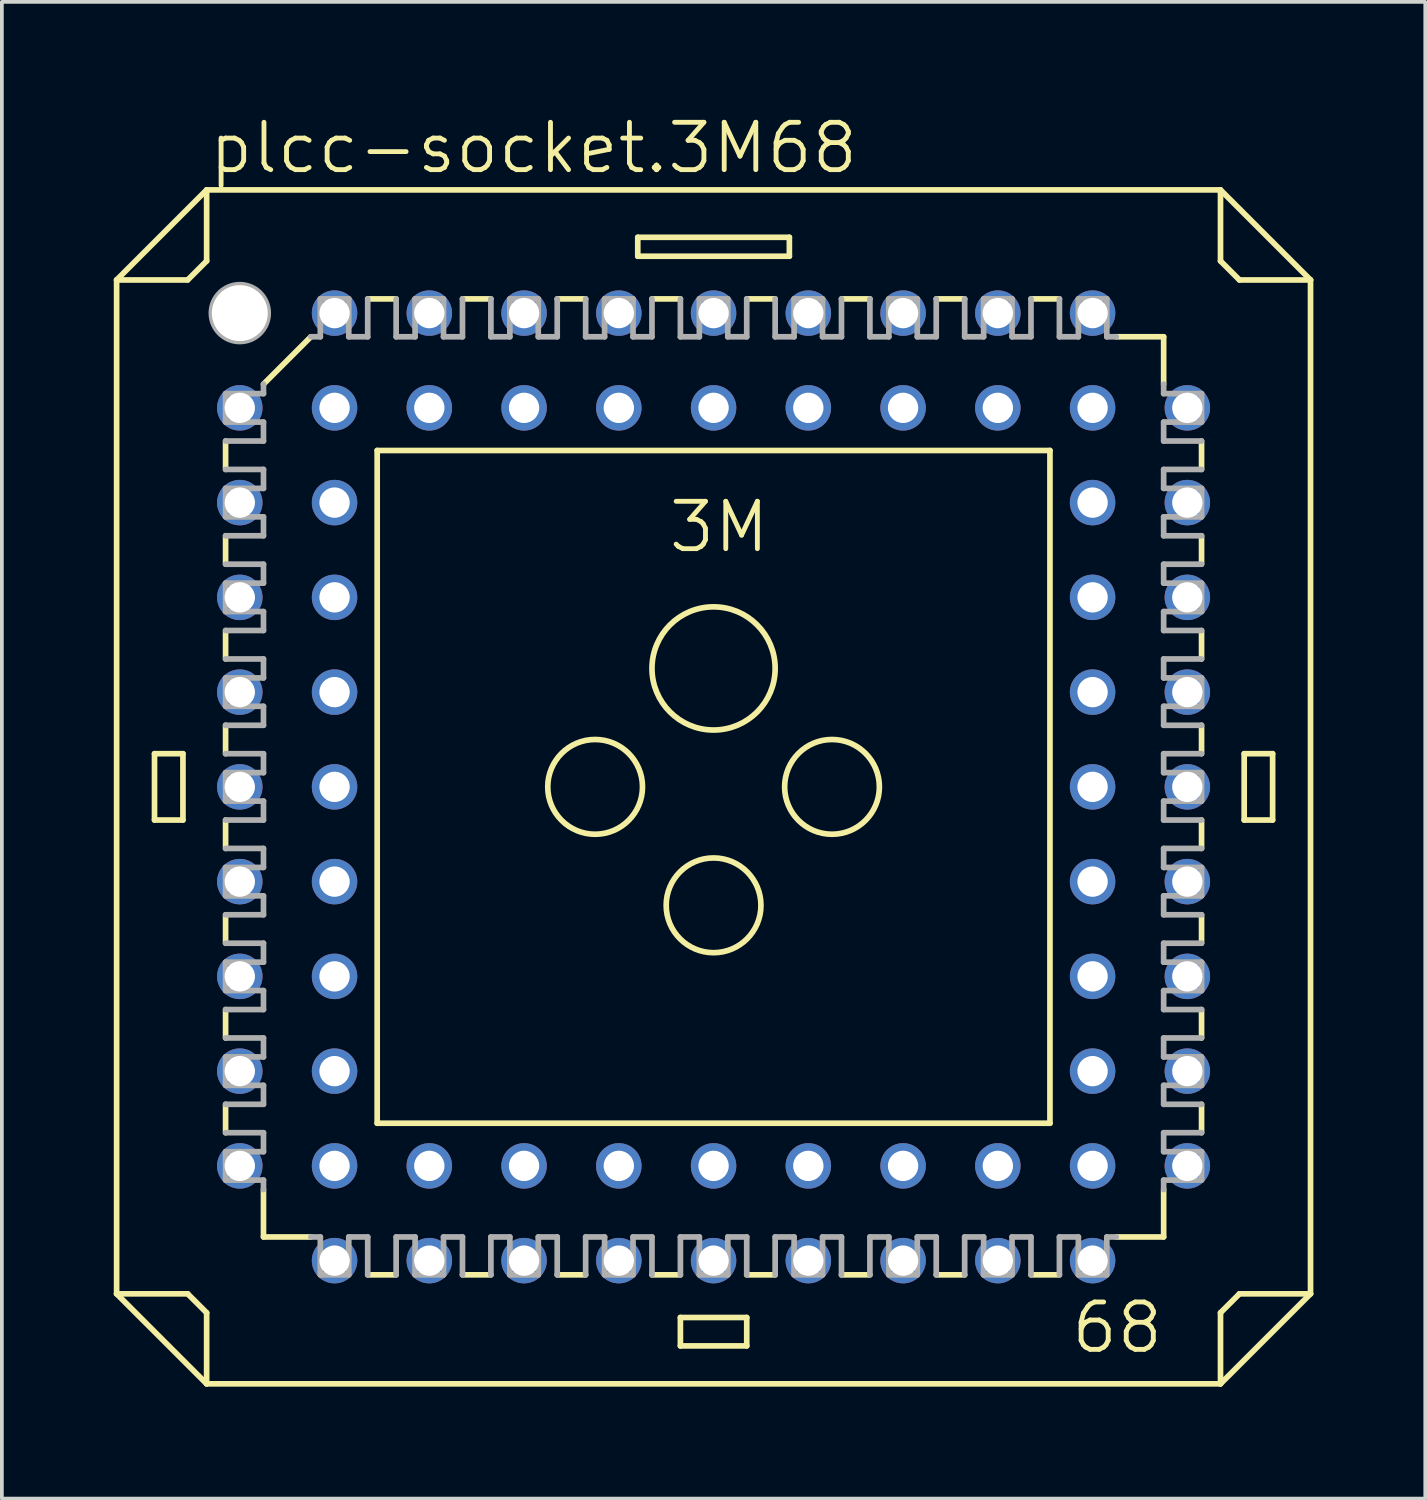
<source format=kicad_pcb>
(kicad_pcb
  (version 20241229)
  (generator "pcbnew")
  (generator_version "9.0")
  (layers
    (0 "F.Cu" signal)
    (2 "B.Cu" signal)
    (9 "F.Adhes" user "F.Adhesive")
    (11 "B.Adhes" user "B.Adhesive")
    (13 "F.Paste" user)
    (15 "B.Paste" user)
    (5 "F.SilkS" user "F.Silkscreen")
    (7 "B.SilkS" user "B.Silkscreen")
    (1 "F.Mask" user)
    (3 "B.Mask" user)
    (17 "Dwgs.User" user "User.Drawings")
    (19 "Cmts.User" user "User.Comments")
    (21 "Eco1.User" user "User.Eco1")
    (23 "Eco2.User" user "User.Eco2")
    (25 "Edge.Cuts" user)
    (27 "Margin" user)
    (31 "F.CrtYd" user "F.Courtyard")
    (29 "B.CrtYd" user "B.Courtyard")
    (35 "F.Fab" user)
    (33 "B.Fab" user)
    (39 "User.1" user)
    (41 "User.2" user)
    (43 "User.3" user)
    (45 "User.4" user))
  (footprint "plcc-socket.3M68"
    (layer "F.Cu")
    (at 16.078 18.043)
    (property "Reference" "plcc-socket.3M68" (at -13.589 -16.383 0) (layer "F.SilkS") (effects (font (size 1.27 1.27) (thickness 0.13)) (justify left bottom)))
    (attr through_hole)
    (fp_line (start -16.002 -13.589) (end -16.002 13.589) (stroke (width 0.152) (type default)) (layer "F.SilkS"))
    (fp_line (start -16.002 -13.589) (end -13.589 -16.002) (stroke (width 0.152) (type default)) (layer "F.SilkS"))
    (fp_line (start -16.002 13.589) (end -14.097 13.589) (stroke (width 0.152) (type default)) (layer "F.SilkS"))
    (fp_line (start -14.986 -0.889) (end -14.224 -0.889) (stroke (width 0.152) (type default)) (layer "F.SilkS"))
    (fp_line (start -14.986 0.889) (end -14.986 -0.889) (stroke (width 0.152) (type default)) (layer "F.SilkS"))
    (fp_line (start -14.986 0.889) (end -14.224 0.889) (stroke (width 0.152) (type default)) (layer "F.SilkS"))
    (fp_line (start -14.224 0.889) (end -14.224 -0.889) (stroke (width 0.152) (type default)) (layer "F.SilkS"))
    (fp_line (start -14.097 -13.589) (end -16.002 -13.589) (stroke (width 0.152) (type default)) (layer "F.SilkS"))
    (fp_line (start -14.097 -13.589) (end -13.589 -14.097) (stroke (width 0.152) (type default)) (layer "F.SilkS"))
    (fp_line (start -13.589 -16.002) (end -13.589 -14.097) (stroke (width 0.152) (type default)) (layer "F.SilkS"))
    (fp_line (start -13.589 14.097) (end -14.097 13.589) (stroke (width 0.152) (type default)) (layer "F.SilkS"))
    (fp_line (start -13.589 14.097) (end -13.589 16.002) (stroke (width 0.152) (type default)) (layer "F.SilkS"))
    (fp_line (start -13.589 16.002) (end -16.002 13.589) (stroke (width 0.152) (type default)) (layer "F.SilkS"))
    (fp_line (start -13.081 -9.271) (end -13.081 -8.509) (stroke (width 0.152) (type default)) (layer "F.SilkS"))
    (fp_line (start -13.081 -6.731) (end -13.081 -5.969) (stroke (width 0.152) (type default)) (layer "F.SilkS"))
    (fp_line (start -13.081 -4.191) (end -13.081 -3.429) (stroke (width 0.152) (type default)) (layer "F.SilkS"))
    (fp_line (start -13.081 -0.889) (end -13.081 -1.651) (stroke (width 0.152) (type default)) (layer "F.SilkS"))
    (fp_line (start -13.081 1.651) (end -13.081 0.889) (stroke (width 0.152) (type default)) (layer "F.SilkS"))
    (fp_line (start -13.081 4.191) (end -13.081 3.429) (stroke (width 0.152) (type default)) (layer "F.SilkS"))
    (fp_line (start -13.081 5.969) (end -13.081 6.731) (stroke (width 0.152) (type default)) (layer "F.SilkS"))
    (fp_line (start -13.081 8.509) (end -13.081 9.271) (stroke (width 0.152) (type default)) (layer "F.SilkS"))
    (fp_line (start -12.065 -10.795) (end -10.795 -12.065) (stroke (width 0.152) (type default)) (layer "F.SilkS"))
    (fp_line (start -12.065 12.065) (end -12.065 10.795) (stroke (width 0.152) (type default)) (layer "F.SilkS"))
    (fp_line (start -12.065 12.065) (end -10.795 12.065) (stroke (width 0.152) (type default)) (layer "F.SilkS"))
    (fp_line (start -9.271 13.081) (end -8.509 13.081) (stroke (width 0.152) (type default)) (layer "F.SilkS"))
    (fp_line (start -9.017 -9.017) (end -9.017 9.017) (stroke (width 0.152) (type default)) (layer "F.SilkS"))
    (fp_line (start -9.017 -9.017) (end 9.017 -9.017) (stroke (width 0.152) (type default)) (layer "F.SilkS"))
    (fp_line (start -8.509 -13.081) (end -9.271 -13.081) (stroke (width 0.152) (type default)) (layer "F.SilkS"))
    (fp_line (start -6.731 13.081) (end -5.969 13.081) (stroke (width 0.152) (type default)) (layer "F.SilkS"))
    (fp_line (start -5.969 -13.081) (end -6.731 -13.081) (stroke (width 0.152) (type default)) (layer "F.SilkS"))
    (fp_line (start -4.191 13.081) (end -3.429 13.081) (stroke (width 0.152) (type default)) (layer "F.SilkS"))
    (fp_line (start -3.429 -13.081) (end -4.191 -13.081) (stroke (width 0.152) (type default)) (layer "F.SilkS"))
    (fp_line (start -2.032 -14.732) (end -2.032 -14.224) (stroke (width 0.152) (type default)) (layer "F.SilkS"))
    (fp_line (start -1.651 13.081) (end -0.889 13.081) (stroke (width 0.152) (type default)) (layer "F.SilkS"))
    (fp_line (start -0.889 -13.081) (end -1.651 -13.081) (stroke (width 0.152) (type default)) (layer "F.SilkS"))
    (fp_line (start -0.889 14.986) (end -0.889 14.224) (stroke (width 0.152) (type default)) (layer "F.SilkS"))
    (fp_line (start -0.889 14.986) (end 0.889 14.986) (stroke (width 0.152) (type default)) (layer "F.SilkS"))
    (fp_line (start 0.889 13.081) (end 1.651 13.081) (stroke (width 0.152) (type default)) (layer "F.SilkS"))
    (fp_line (start 0.889 14.224) (end -0.889 14.224) (stroke (width 0.152) (type default)) (layer "F.SilkS"))
    (fp_line (start 0.889 14.224) (end 0.889 14.986) (stroke (width 0.152) (type default)) (layer "F.SilkS"))
    (fp_line (start 1.651 -13.081) (end 0.889 -13.081) (stroke (width 0.152) (type default)) (layer "F.SilkS"))
    (fp_line (start 2.032 -14.732) (end -2.032 -14.732) (stroke (width 0.152) (type default)) (layer "F.SilkS"))
    (fp_line (start 2.032 -14.224) (end -2.032 -14.224) (stroke (width 0.152) (type default)) (layer "F.SilkS"))
    (fp_line (start 2.032 -14.224) (end 2.032 -14.732) (stroke (width 0.152) (type default)) (layer "F.SilkS"))
    (fp_line (start 3.429 13.081) (end 4.191 13.081) (stroke (width 0.152) (type default)) (layer "F.SilkS"))
    (fp_line (start 4.191 -13.081) (end 3.429 -13.081) (stroke (width 0.152) (type default)) (layer "F.SilkS"))
    (fp_line (start 5.969 13.081) (end 6.731 13.081) (stroke (width 0.152) (type default)) (layer "F.SilkS"))
    (fp_line (start 6.731 -13.081) (end 5.969 -13.081) (stroke (width 0.152) (type default)) (layer "F.SilkS"))
    (fp_line (start 8.509 13.081) (end 9.271 13.081) (stroke (width 0.152) (type default)) (layer "F.SilkS"))
    (fp_line (start 9.017 9.017) (end -9.017 9.017) (stroke (width 0.152) (type default)) (layer "F.SilkS"))
    (fp_line (start 9.017 9.017) (end 9.017 -9.017) (stroke (width 0.152) (type default)) (layer "F.SilkS"))
    (fp_line (start 9.271 -13.081) (end 8.509 -13.081) (stroke (width 0.152) (type default)) (layer "F.SilkS"))
    (fp_line (start 10.795 12.065) (end 12.065 12.065) (stroke (width 0.152) (type default)) (layer "F.SilkS"))
    (fp_line (start 12.065 -12.065) (end 10.795 -12.065) (stroke (width 0.152) (type default)) (layer "F.SilkS"))
    (fp_line (start 12.065 -12.065) (end 12.065 -10.795) (stroke (width 0.152) (type default)) (layer "F.SilkS"))
    (fp_line (start 12.065 12.065) (end 12.065 10.795) (stroke (width 0.152) (type default)) (layer "F.SilkS"))
    (fp_line (start 13.081 -8.509) (end 13.081 -9.271) (stroke (width 0.152) (type default)) (layer "F.SilkS"))
    (fp_line (start 13.081 -5.969) (end 13.081 -6.731) (stroke (width 0.152) (type default)) (layer "F.SilkS"))
    (fp_line (start 13.081 -4.191) (end 13.081 -3.429) (stroke (width 0.152) (type default)) (layer "F.SilkS"))
    (fp_line (start 13.081 -1.651) (end 13.081 -0.889) (stroke (width 0.152) (type default)) (layer "F.SilkS"))
    (fp_line (start 13.081 0.889) (end 13.081 1.651) (stroke (width 0.152) (type default)) (layer "F.SilkS"))
    (fp_line (start 13.081 4.191) (end 13.081 3.429) (stroke (width 0.152) (type default)) (layer "F.SilkS"))
    (fp_line (start 13.081 6.731) (end 13.081 5.969) (stroke (width 0.152) (type default)) (layer "F.SilkS"))
    (fp_line (start 13.081 9.271) (end 13.081 8.509) (stroke (width 0.152) (type default)) (layer "F.SilkS"))
    (fp_line (start 13.589 -16.002) (end -13.589 -16.002) (stroke (width 0.152) (type default)) (layer "F.SilkS"))
    (fp_line (start 13.589 -16.002) (end 16.002 -13.589) (stroke (width 0.152) (type default)) (layer "F.SilkS"))
    (fp_line (start 13.589 -14.097) (end 13.589 -16.002) (stroke (width 0.152) (type default)) (layer "F.SilkS"))
    (fp_line (start 13.589 -14.097) (end 14.097 -13.589) (stroke (width 0.152) (type default)) (layer "F.SilkS"))
    (fp_line (start 13.589 16.002) (end -13.589 16.002) (stroke (width 0.152) (type default)) (layer "F.SilkS"))
    (fp_line (start 13.589 16.002) (end 13.589 14.097) (stroke (width 0.152) (type default)) (layer "F.SilkS"))
    (fp_line (start 14.097 13.589) (end 13.589 14.097) (stroke (width 0.152) (type default)) (layer "F.SilkS"))
    (fp_line (start 14.097 13.589) (end 16.002 13.589) (stroke (width 0.152) (type default)) (layer "F.SilkS"))
    (fp_line (start 14.224 -0.889) (end 14.224 0.889) (stroke (width 0.152) (type default)) (layer "F.SilkS"))
    (fp_line (start 14.224 -0.889) (end 14.986 -0.889) (stroke (width 0.152) (type default)) (layer "F.SilkS"))
    (fp_line (start 14.986 0.889) (end 14.224 0.889) (stroke (width 0.152) (type default)) (layer "F.SilkS"))
    (fp_line (start 14.986 0.889) (end 14.986 -0.889) (stroke (width 0.152) (type default)) (layer "F.SilkS"))
    (fp_line (start 16.002 -13.589) (end 14.097 -13.589) (stroke (width 0.152) (type default)) (layer "F.SilkS"))
    (fp_line (start 16.002 -13.589) (end 16.002 13.589) (stroke (width 0.152) (type default)) (layer "F.SilkS"))
    (fp_line (start 16.002 13.589) (end 13.589 16.002) (stroke (width 0.152) (type default)) (layer "F.SilkS"))
    (fp_circle (center -3.175 0) (end -1.905 0) (stroke (width 0.152) (type default)) (fill no) (layer "F.SilkS"))
    (fp_circle (center 0 -3.175) (end 1.651 -3.175) (stroke (width 0.152) (type default)) (fill no) (layer "F.SilkS"))
    (fp_circle (center 0 3.175) (end 1.27 3.175) (stroke (width 0.152) (type default)) (fill no) (layer "F.SilkS"))
    (fp_circle (center 3.175 0) (end 4.445 0) (stroke (width 0.152) (type default)) (fill no) (layer "F.SilkS"))
    (fp_line (start -13.081 -10.541) (end -13.081 -9.779) (stroke (width 0.152) (type default)) (layer "F.Fab"))
    (fp_line (start -13.081 -10.541) (end -12.065 -10.541) (stroke (width 0.152) (type default)) (layer "F.Fab"))
    (fp_line (start -13.081 -9.271) (end -12.065 -9.271) (stroke (width 0.152) (type default)) (layer "F.Fab"))
    (fp_line (start -13.081 -7.239) (end -13.081 -8.001) (stroke (width 0.152) (type default)) (layer "F.Fab"))
    (fp_line (start -13.081 -7.239) (end -12.065 -7.239) (stroke (width 0.152) (type default)) (layer "F.Fab"))
    (fp_line (start -13.081 -6.731) (end -12.065 -6.731) (stroke (width 0.152) (type default)) (layer "F.Fab"))
    (fp_line (start -13.081 -5.461) (end -13.081 -4.699) (stroke (width 0.152) (type default)) (layer "F.Fab"))
    (fp_line (start -13.081 -5.461) (end -12.065 -5.461) (stroke (width 0.152) (type default)) (layer "F.Fab"))
    (fp_line (start -13.081 -4.191) (end -12.065 -4.191) (stroke (width 0.152) (type default)) (layer "F.Fab"))
    (fp_line (start -13.081 -2.921) (end -13.081 -2.159) (stroke (width 0.152) (type default)) (layer "F.Fab"))
    (fp_line (start -13.081 -2.921) (end -12.065 -2.921) (stroke (width 0.152) (type default)) (layer "F.Fab"))
    (fp_line (start -13.081 -0.889) (end -12.065 -0.889) (stroke (width 0.152) (type default)) (layer "F.Fab"))
    (fp_line (start -13.081 0.381) (end -13.081 -0.381) (stroke (width 0.152) (type default)) (layer "F.Fab"))
    (fp_line (start -13.081 0.381) (end -12.065 0.381) (stroke (width 0.152) (type default)) (layer "F.Fab"))
    (fp_line (start -13.081 1.651) (end -12.065 1.651) (stroke (width 0.152) (type default)) (layer "F.Fab"))
    (fp_line (start -13.081 2.921) (end -13.081 2.159) (stroke (width 0.152) (type default)) (layer "F.Fab"))
    (fp_line (start -13.081 2.921) (end -12.065 2.921) (stroke (width 0.152) (type default)) (layer "F.Fab"))
    (fp_line (start -13.081 4.191) (end -12.065 4.191) (stroke (width 0.152) (type default)) (layer "F.Fab"))
    (fp_line (start -13.081 5.461) (end -13.081 4.699) (stroke (width 0.152) (type default)) (layer "F.Fab"))
    (fp_line (start -13.081 5.461) (end -12.065 5.461) (stroke (width 0.152) (type default)) (layer "F.Fab"))
    (fp_line (start -13.081 5.969) (end -12.065 5.969) (stroke (width 0.152) (type default)) (layer "F.Fab"))
    (fp_line (start -13.081 7.239) (end -13.081 8.001) (stroke (width 0.152) (type default)) (layer "F.Fab"))
    (fp_line (start -13.081 7.239) (end -12.065 7.239) (stroke (width 0.152) (type default)) (layer "F.Fab"))
    (fp_line (start -13.081 8.509) (end -12.065 8.509) (stroke (width 0.152) (type default)) (layer "F.Fab"))
    (fp_line (start -13.081 9.779) (end -12.065 9.779) (stroke (width 0.152) (type default)) (layer "F.Fab"))
    (fp_line (start -13.081 10.541) (end -13.081 9.779) (stroke (width 0.152) (type default)) (layer "F.Fab"))
    (fp_line (start -13.081 10.541) (end -12.065 10.541) (stroke (width 0.152) (type default)) (layer "F.Fab"))
    (fp_line (start -12.065 -10.541) (end -12.065 -10.795) (stroke (width 0.152) (type default)) (layer "F.Fab"))
    (fp_line (start -12.065 -9.779) (end -13.081 -9.779) (stroke (width 0.152) (type default)) (layer "F.Fab"))
    (fp_line (start -12.065 -9.779) (end -12.065 -9.271) (stroke (width 0.152) (type default)) (layer "F.Fab"))
    (fp_line (start -12.065 -8.509) (end -13.081 -8.509) (stroke (width 0.152) (type default)) (layer "F.Fab"))
    (fp_line (start -12.065 -8.001) (end -13.081 -8.001) (stroke (width 0.152) (type default)) (layer "F.Fab"))
    (fp_line (start -12.065 -8.001) (end -12.065 -8.509) (stroke (width 0.152) (type default)) (layer "F.Fab"))
    (fp_line (start -12.065 -6.731) (end -12.065 -7.239) (stroke (width 0.152) (type default)) (layer "F.Fab"))
    (fp_line (start -12.065 -5.969) (end -13.081 -5.969) (stroke (width 0.152) (type default)) (layer "F.Fab"))
    (fp_line (start -12.065 -5.969) (end -12.065 -5.461) (stroke (width 0.152) (type default)) (layer "F.Fab"))
    (fp_line (start -12.065 -4.699) (end -13.081 -4.699) (stroke (width 0.152) (type default)) (layer "F.Fab"))
    (fp_line (start -12.065 -4.699) (end -12.065 -4.191) (stroke (width 0.152) (type default)) (layer "F.Fab"))
    (fp_line (start -12.065 -3.429) (end -13.081 -3.429) (stroke (width 0.152) (type default)) (layer "F.Fab"))
    (fp_line (start -12.065 -3.429) (end -12.065 -2.921) (stroke (width 0.152) (type default)) (layer "F.Fab"))
    (fp_line (start -12.065 -2.159) (end -13.081 -2.159) (stroke (width 0.152) (type default)) (layer "F.Fab"))
    (fp_line (start -12.065 -2.159) (end -12.065 -1.651) (stroke (width 0.152) (type default)) (layer "F.Fab"))
    (fp_line (start -12.065 -1.651) (end -13.081 -1.651) (stroke (width 0.152) (type default)) (layer "F.Fab"))
    (fp_line (start -12.065 -0.381) (end -13.081 -0.381) (stroke (width 0.152) (type default)) (layer "F.Fab"))
    (fp_line (start -12.065 -0.381) (end -12.065 -0.889) (stroke (width 0.152) (type default)) (layer "F.Fab"))
    (fp_line (start -12.065 0.889) (end -13.081 0.889) (stroke (width 0.152) (type default)) (layer "F.Fab"))
    (fp_line (start -12.065 0.889) (end -12.065 0.381) (stroke (width 0.152) (type default)) (layer "F.Fab"))
    (fp_line (start -12.065 2.159) (end -13.081 2.159) (stroke (width 0.152) (type default)) (layer "F.Fab"))
    (fp_line (start -12.065 2.159) (end -12.065 1.651) (stroke (width 0.152) (type default)) (layer "F.Fab"))
    (fp_line (start -12.065 3.429) (end -13.081 3.429) (stroke (width 0.152) (type default)) (layer "F.Fab"))
    (fp_line (start -12.065 3.429) (end -12.065 2.921) (stroke (width 0.152) (type default)) (layer "F.Fab"))
    (fp_line (start -12.065 4.699) (end -13.081 4.699) (stroke (width 0.152) (type default)) (layer "F.Fab"))
    (fp_line (start -12.065 4.699) (end -12.065 4.191) (stroke (width 0.152) (type default)) (layer "F.Fab"))
    (fp_line (start -12.065 5.461) (end -12.065 5.969) (stroke (width 0.152) (type default)) (layer "F.Fab"))
    (fp_line (start -12.065 6.731) (end -13.081 6.731) (stroke (width 0.152) (type default)) (layer "F.Fab"))
    (fp_line (start -12.065 6.731) (end -12.065 7.239) (stroke (width 0.152) (type default)) (layer "F.Fab"))
    (fp_line (start -12.065 8.001) (end -13.081 8.001) (stroke (width 0.152) (type default)) (layer "F.Fab"))
    (fp_line (start -12.065 8.001) (end -12.065 8.509) (stroke (width 0.152) (type default)) (layer "F.Fab"))
    (fp_line (start -12.065 9.271) (end -13.081 9.271) (stroke (width 0.152) (type default)) (layer "F.Fab"))
    (fp_line (start -12.065 9.271) (end -12.065 9.779) (stroke (width 0.152) (type default)) (layer "F.Fab"))
    (fp_line (start -12.065 10.541) (end -12.065 10.795) (stroke (width 0.152) (type default)) (layer "F.Fab"))
    (fp_line (start -10.795 -12.065) (end -10.541 -12.065) (stroke (width 0.152) (type default)) (layer "F.Fab"))
    (fp_line (start -10.541 -12.065) (end -10.541 -13.081) (stroke (width 0.152) (type default)) (layer "F.Fab"))
    (fp_line (start -10.541 12.065) (end -10.795 12.065) (stroke (width 0.152) (type default)) (layer "F.Fab"))
    (fp_line (start -10.541 13.081) (end -10.541 12.065) (stroke (width 0.152) (type default)) (layer "F.Fab"))
    (fp_line (start -10.541 13.081) (end -9.779 13.081) (stroke (width 0.152) (type default)) (layer "F.Fab"))
    (fp_line (start -9.779 -13.081) (end -10.541 -13.081) (stroke (width 0.152) (type default)) (layer "F.Fab"))
    (fp_line (start -9.779 -13.081) (end -9.779 -12.065) (stroke (width 0.152) (type default)) (layer "F.Fab"))
    (fp_line (start -9.779 12.065) (end -9.779 13.081) (stroke (width 0.152) (type default)) (layer "F.Fab"))
    (fp_line (start -9.779 12.065) (end -9.271 12.065) (stroke (width 0.152) (type default)) (layer "F.Fab"))
    (fp_line (start -9.271 -12.065) (end -9.779 -12.065) (stroke (width 0.152) (type default)) (layer "F.Fab"))
    (fp_line (start -9.271 -12.065) (end -9.271 -13.081) (stroke (width 0.152) (type default)) (layer "F.Fab"))
    (fp_line (start -9.271 13.081) (end -9.271 12.065) (stroke (width 0.152) (type default)) (layer "F.Fab"))
    (fp_line (start -8.509 -13.081) (end -8.509 -12.065) (stroke (width 0.152) (type default)) (layer "F.Fab"))
    (fp_line (start -8.509 12.065) (end -8.509 13.081) (stroke (width 0.152) (type default)) (layer "F.Fab"))
    (fp_line (start -8.001 -12.065) (end -8.509 -12.065) (stroke (width 0.152) (type default)) (layer "F.Fab"))
    (fp_line (start -8.001 -12.065) (end -8.001 -13.081) (stroke (width 0.152) (type default)) (layer "F.Fab"))
    (fp_line (start -8.001 12.065) (end -8.509 12.065) (stroke (width 0.152) (type default)) (layer "F.Fab"))
    (fp_line (start -8.001 12.065) (end -8.001 13.081) (stroke (width 0.152) (type default)) (layer "F.Fab"))
    (fp_line (start -7.239 -13.081) (end -8.001 -13.081) (stroke (width 0.152) (type default)) (layer "F.Fab"))
    (fp_line (start -7.239 -13.081) (end -7.239 -12.065) (stroke (width 0.152) (type default)) (layer "F.Fab"))
    (fp_line (start -7.239 13.081) (end -8.001 13.081) (stroke (width 0.152) (type default)) (layer "F.Fab"))
    (fp_line (start -7.239 13.081) (end -7.239 12.065) (stroke (width 0.152) (type default)) (layer "F.Fab"))
    (fp_line (start -6.731 -12.065) (end -7.239 -12.065) (stroke (width 0.152) (type default)) (layer "F.Fab"))
    (fp_line (start -6.731 -12.065) (end -6.731 -13.081) (stroke (width 0.152) (type default)) (layer "F.Fab"))
    (fp_line (start -6.731 12.065) (end -7.239 12.065) (stroke (width 0.152) (type default)) (layer "F.Fab"))
    (fp_line (start -6.731 13.081) (end -6.731 12.065) (stroke (width 0.152) (type default)) (layer "F.Fab"))
    (fp_line (start -5.969 -13.081) (end -5.969 -12.065) (stroke (width 0.152) (type default)) (layer "F.Fab"))
    (fp_line (start -5.969 12.065) (end -5.969 13.081) (stroke (width 0.152) (type default)) (layer "F.Fab"))
    (fp_line (start -5.969 12.065) (end -5.461 12.065) (stroke (width 0.152) (type default)) (layer "F.Fab"))
    (fp_line (start -5.461 -12.065) (end -5.969 -12.065) (stroke (width 0.152) (type default)) (layer "F.Fab"))
    (fp_line (start -5.461 -12.065) (end -5.461 -13.081) (stroke (width 0.152) (type default)) (layer "F.Fab"))
    (fp_line (start -5.461 13.081) (end -5.461 12.065) (stroke (width 0.152) (type default)) (layer "F.Fab"))
    (fp_line (start -5.461 13.081) (end -4.699 13.081) (stroke (width 0.152) (type default)) (layer "F.Fab"))
    (fp_line (start -4.699 -13.081) (end -5.461 -13.081) (stroke (width 0.152) (type default)) (layer "F.Fab"))
    (fp_line (start -4.699 -13.081) (end -4.699 -12.065) (stroke (width 0.152) (type default)) (layer "F.Fab"))
    (fp_line (start -4.699 12.065) (end -4.699 13.081) (stroke (width 0.152) (type default)) (layer "F.Fab"))
    (fp_line (start -4.699 12.065) (end -4.191 12.065) (stroke (width 0.152) (type default)) (layer "F.Fab"))
    (fp_line (start -4.191 -12.065) (end -4.699 -12.065) (stroke (width 0.152) (type default)) (layer "F.Fab"))
    (fp_line (start -4.191 -12.065) (end -4.191 -13.081) (stroke (width 0.152) (type default)) (layer "F.Fab"))
    (fp_line (start -4.191 13.081) (end -4.191 12.065) (stroke (width 0.152) (type default)) (layer "F.Fab"))
    (fp_line (start -3.429 -13.081) (end -3.429 -12.065) (stroke (width 0.152) (type default)) (layer "F.Fab"))
    (fp_line (start -3.429 12.065) (end -3.429 13.081) (stroke (width 0.152) (type default)) (layer "F.Fab"))
    (fp_line (start -3.429 12.065) (end -2.921 12.065) (stroke (width 0.152) (type default)) (layer "F.Fab"))
    (fp_line (start -2.921 -12.065) (end -3.429 -12.065) (stroke (width 0.152) (type default)) (layer "F.Fab"))
    (fp_line (start -2.921 -12.065) (end -2.921 -13.081) (stroke (width 0.152) (type default)) (layer "F.Fab"))
    (fp_line (start -2.921 13.081) (end -2.921 12.065) (stroke (width 0.152) (type default)) (layer "F.Fab"))
    (fp_line (start -2.921 13.081) (end -2.159 13.081) (stroke (width 0.152) (type default)) (layer "F.Fab"))
    (fp_line (start -2.159 -13.081) (end -2.921 -13.081) (stroke (width 0.152) (type default)) (layer "F.Fab"))
    (fp_line (start -2.159 -13.081) (end -2.159 -12.065) (stroke (width 0.152) (type default)) (layer "F.Fab"))
    (fp_line (start -2.159 12.065) (end -2.159 13.081) (stroke (width 0.152) (type default)) (layer "F.Fab"))
    (fp_line (start -2.159 12.065) (end -1.651 12.065) (stroke (width 0.152) (type default)) (layer "F.Fab"))
    (fp_line (start -1.651 -12.065) (end -2.159 -12.065) (stroke (width 0.152) (type default)) (layer "F.Fab"))
    (fp_line (start -1.651 -12.065) (end -1.651 -13.081) (stroke (width 0.152) (type default)) (layer "F.Fab"))
    (fp_line (start -1.651 13.081) (end -1.651 12.065) (stroke (width 0.152) (type default)) (layer "F.Fab"))
    (fp_line (start -0.889 -13.081) (end -0.889 -12.065) (stroke (width 0.152) (type default)) (layer "F.Fab"))
    (fp_line (start -0.889 12.065) (end -0.889 13.081) (stroke (width 0.152) (type default)) (layer "F.Fab"))
    (fp_line (start -0.889 12.065) (end -0.381 12.065) (stroke (width 0.152) (type default)) (layer "F.Fab"))
    (fp_line (start -0.381 -12.065) (end -0.889 -12.065) (stroke (width 0.152) (type default)) (layer "F.Fab"))
    (fp_line (start -0.381 -12.065) (end -0.381 -13.081) (stroke (width 0.152) (type default)) (layer "F.Fab"))
    (fp_line (start -0.381 13.081) (end -0.381 12.065) (stroke (width 0.152) (type default)) (layer "F.Fab"))
    (fp_line (start -0.381 13.081) (end 0.381 13.081) (stroke (width 0.152) (type default)) (layer "F.Fab"))
    (fp_line (start 0.381 -13.081) (end -0.381 -13.081) (stroke (width 0.152) (type default)) (layer "F.Fab"))
    (fp_line (start 0.381 -13.081) (end 0.381 -12.065) (stroke (width 0.152) (type default)) (layer "F.Fab"))
    (fp_line (start 0.381 12.065) (end 0.381 13.081) (stroke (width 0.152) (type default)) (layer "F.Fab"))
    (fp_line (start 0.381 12.065) (end 0.889 12.065) (stroke (width 0.152) (type default)) (layer "F.Fab"))
    (fp_line (start 0.889 -12.065) (end 0.381 -12.065) (stroke (width 0.152) (type default)) (layer "F.Fab"))
    (fp_line (start 0.889 -12.065) (end 0.889 -13.081) (stroke (width 0.152) (type default)) (layer "F.Fab"))
    (fp_line (start 0.889 13.081) (end 0.889 12.065) (stroke (width 0.152) (type default)) (layer "F.Fab"))
    (fp_line (start 1.651 -13.081) (end 1.651 -12.065) (stroke (width 0.152) (type default)) (layer "F.Fab"))
    (fp_line (start 1.651 12.065) (end 1.651 13.081) (stroke (width 0.152) (type default)) (layer "F.Fab"))
    (fp_line (start 1.651 12.065) (end 2.159 12.065) (stroke (width 0.152) (type default)) (layer "F.Fab"))
    (fp_line (start 2.159 -12.065) (end 1.651 -12.065) (stroke (width 0.152) (type default)) (layer "F.Fab"))
    (fp_line (start 2.159 -12.065) (end 2.159 -13.081) (stroke (width 0.152) (type default)) (layer "F.Fab"))
    (fp_line (start 2.159 13.081) (end 2.159 12.065) (stroke (width 0.152) (type default)) (layer "F.Fab"))
    (fp_line (start 2.159 13.081) (end 2.921 13.081) (stroke (width 0.152) (type default)) (layer "F.Fab"))
    (fp_line (start 2.921 -13.081) (end 2.159 -13.081) (stroke (width 0.152) (type default)) (layer "F.Fab"))
    (fp_line (start 2.921 -13.081) (end 2.921 -12.065) (stroke (width 0.152) (type default)) (layer "F.Fab"))
    (fp_line (start 2.921 12.065) (end 2.921 13.081) (stroke (width 0.152) (type default)) (layer "F.Fab"))
    (fp_line (start 2.921 12.065) (end 3.429 12.065) (stroke (width 0.152) (type default)) (layer "F.Fab"))
    (fp_line (start 3.429 -12.065) (end 2.921 -12.065) (stroke (width 0.152) (type default)) (layer "F.Fab"))
    (fp_line (start 3.429 -12.065) (end 3.429 -13.081) (stroke (width 0.152) (type default)) (layer "F.Fab"))
    (fp_line (start 3.429 13.081) (end 3.429 12.065) (stroke (width 0.152) (type default)) (layer "F.Fab"))
    (fp_line (start 4.191 -13.081) (end 4.191 -12.065) (stroke (width 0.152) (type default)) (layer "F.Fab"))
    (fp_line (start 4.191 12.065) (end 4.191 13.081) (stroke (width 0.152) (type default)) (layer "F.Fab"))
    (fp_line (start 4.191 12.065) (end 4.699 12.065) (stroke (width 0.152) (type default)) (layer "F.Fab"))
    (fp_line (start 4.699 -12.065) (end 4.191 -12.065) (stroke (width 0.152) (type default)) (layer "F.Fab"))
    (fp_line (start 4.699 -12.065) (end 4.699 -13.081) (stroke (width 0.152) (type default)) (layer "F.Fab"))
    (fp_line (start 4.699 13.081) (end 4.699 12.065) (stroke (width 0.152) (type default)) (layer "F.Fab"))
    (fp_line (start 4.699 13.081) (end 5.461 13.081) (stroke (width 0.152) (type default)) (layer "F.Fab"))
    (fp_line (start 5.461 -13.081) (end 4.699 -13.081) (stroke (width 0.152) (type default)) (layer "F.Fab"))
    (fp_line (start 5.461 -13.081) (end 5.461 -12.065) (stroke (width 0.152) (type default)) (layer "F.Fab"))
    (fp_line (start 5.461 12.065) (end 5.461 13.081) (stroke (width 0.152) (type default)) (layer "F.Fab"))
    (fp_line (start 5.461 12.065) (end 5.969 12.065) (stroke (width 0.152) (type default)) (layer "F.Fab"))
    (fp_line (start 5.969 -12.065) (end 5.461 -12.065) (stroke (width 0.152) (type default)) (layer "F.Fab"))
    (fp_line (start 5.969 -12.065) (end 5.969 -13.081) (stroke (width 0.152) (type default)) (layer "F.Fab"))
    (fp_line (start 5.969 13.081) (end 5.969 12.065) (stroke (width 0.152) (type default)) (layer "F.Fab"))
    (fp_line (start 6.731 -13.081) (end 6.731 -12.065) (stroke (width 0.152) (type default)) (layer "F.Fab"))
    (fp_line (start 6.731 -12.065) (end 7.239 -12.065) (stroke (width 0.152) (type default)) (layer "F.Fab"))
    (fp_line (start 6.731 12.065) (end 6.731 13.081) (stroke (width 0.152) (type default)) (layer "F.Fab"))
    (fp_line (start 6.731 12.065) (end 7.239 12.065) (stroke (width 0.152) (type default)) (layer "F.Fab"))
    (fp_line (start 7.239 -13.081) (end 7.239 -12.065) (stroke (width 0.152) (type default)) (layer "F.Fab"))
    (fp_line (start 7.239 -13.081) (end 8.001 -13.081) (stroke (width 0.152) (type default)) (layer "F.Fab"))
    (fp_line (start 7.239 13.081) (end 7.239 12.065) (stroke (width 0.152) (type default)) (layer "F.Fab"))
    (fp_line (start 7.239 13.081) (end 8.001 13.081) (stroke (width 0.152) (type default)) (layer "F.Fab"))
    (fp_line (start 8.001 -12.065) (end 8.001 -13.081) (stroke (width 0.152) (type default)) (layer "F.Fab"))
    (fp_line (start 8.001 -12.065) (end 8.509 -12.065) (stroke (width 0.152) (type default)) (layer "F.Fab"))
    (fp_line (start 8.001 12.065) (end 8.001 13.081) (stroke (width 0.152) (type default)) (layer "F.Fab"))
    (fp_line (start 8.001 12.065) (end 8.509 12.065) (stroke (width 0.152) (type default)) (layer "F.Fab"))
    (fp_line (start 8.509 -12.065) (end 8.509 -13.081) (stroke (width 0.152) (type default)) (layer "F.Fab"))
    (fp_line (start 8.509 13.081) (end 8.509 12.065) (stroke (width 0.152) (type default)) (layer "F.Fab"))
    (fp_line (start 9.271 -13.081) (end 9.271 -12.065) (stroke (width 0.152) (type default)) (layer "F.Fab"))
    (fp_line (start 9.271 13.081) (end 9.271 12.065) (stroke (width 0.152) (type default)) (layer "F.Fab"))
    (fp_line (start 9.779 -12.065) (end 9.271 -12.065) (stroke (width 0.152) (type default)) (layer "F.Fab"))
    (fp_line (start 9.779 -12.065) (end 9.779 -13.081) (stroke (width 0.152) (type default)) (layer "F.Fab"))
    (fp_line (start 9.779 12.065) (end 9.271 12.065) (stroke (width 0.152) (type default)) (layer "F.Fab"))
    (fp_line (start 9.779 13.081) (end 9.779 12.065) (stroke (width 0.152) (type default)) (layer "F.Fab"))
    (fp_line (start 9.779 13.081) (end 10.541 13.081) (stroke (width 0.152) (type default)) (layer "F.Fab"))
    (fp_line (start 10.541 -13.081) (end 9.779 -13.081) (stroke (width 0.152) (type default)) (layer "F.Fab"))
    (fp_line (start 10.541 -13.081) (end 10.541 -12.065) (stroke (width 0.152) (type default)) (layer "F.Fab"))
    (fp_line (start 10.541 -12.065) (end 10.795 -12.065) (stroke (width 0.152) (type default)) (layer "F.Fab"))
    (fp_line (start 10.541 12.065) (end 10.541 13.081) (stroke (width 0.152) (type default)) (layer "F.Fab"))
    (fp_line (start 10.795 12.065) (end 10.541 12.065) (stroke (width 0.152) (type default)) (layer "F.Fab"))
    (fp_line (start 12.065 -10.541) (end 12.065 -10.795) (stroke (width 0.152) (type default)) (layer "F.Fab"))
    (fp_line (start 12.065 -9.779) (end 12.065 -9.271) (stroke (width 0.152) (type default)) (layer "F.Fab"))
    (fp_line (start 12.065 -9.779) (end 13.081 -9.779) (stroke (width 0.152) (type default)) (layer "F.Fab"))
    (fp_line (start 12.065 -9.271) (end 13.081 -9.271) (stroke (width 0.152) (type default)) (layer "F.Fab"))
    (fp_line (start 12.065 -8.001) (end 12.065 -8.509) (stroke (width 0.152) (type default)) (layer "F.Fab"))
    (fp_line (start 12.065 -8.001) (end 13.081 -8.001) (stroke (width 0.152) (type default)) (layer "F.Fab"))
    (fp_line (start 12.065 -6.731) (end 12.065 -7.239) (stroke (width 0.152) (type default)) (layer "F.Fab"))
    (fp_line (start 12.065 -6.731) (end 13.081 -6.731) (stroke (width 0.152) (type default)) (layer "F.Fab"))
    (fp_line (start 12.065 -5.461) (end 12.065 -5.969) (stroke (width 0.152) (type default)) (layer "F.Fab"))
    (fp_line (start 12.065 -4.699) (end 12.065 -4.191) (stroke (width 0.152) (type default)) (layer "F.Fab"))
    (fp_line (start 12.065 -4.699) (end 13.081 -4.699) (stroke (width 0.152) (type default)) (layer "F.Fab"))
    (fp_line (start 12.065 -3.429) (end 12.065 -2.921) (stroke (width 0.152) (type default)) (layer "F.Fab"))
    (fp_line (start 12.065 -3.429) (end 13.081 -3.429) (stroke (width 0.152) (type default)) (layer "F.Fab"))
    (fp_line (start 12.065 -2.159) (end 12.065 -1.651) (stroke (width 0.152) (type default)) (layer "F.Fab"))
    (fp_line (start 12.065 -2.159) (end 13.081 -2.159) (stroke (width 0.152) (type default)) (layer "F.Fab"))
    (fp_line (start 12.065 -0.889) (end 12.065 -0.381) (stroke (width 0.152) (type default)) (layer "F.Fab"))
    (fp_line (start 12.065 -0.889) (end 13.081 -0.889) (stroke (width 0.152) (type default)) (layer "F.Fab"))
    (fp_line (start 12.065 0.381) (end 12.065 0.889) (stroke (width 0.152) (type default)) (layer "F.Fab"))
    (fp_line (start 12.065 0.381) (end 13.081 0.381) (stroke (width 0.152) (type default)) (layer "F.Fab"))
    (fp_line (start 12.065 1.651) (end 12.065 2.159) (stroke (width 0.152) (type default)) (layer "F.Fab"))
    (fp_line (start 12.065 1.651) (end 13.081 1.651) (stroke (width 0.152) (type default)) (layer "F.Fab"))
    (fp_line (start 12.065 2.159) (end 13.081 2.159) (stroke (width 0.152) (type default)) (layer "F.Fab"))
    (fp_line (start 12.065 3.429) (end 12.065 2.921) (stroke (width 0.152) (type default)) (layer "F.Fab"))
    (fp_line (start 12.065 3.429) (end 13.081 3.429) (stroke (width 0.152) (type default)) (layer "F.Fab"))
    (fp_line (start 12.065 4.699) (end 12.065 4.191) (stroke (width 0.152) (type default)) (layer "F.Fab"))
    (fp_line (start 12.065 4.699) (end 13.081 4.699) (stroke (width 0.152) (type default)) (layer "F.Fab"))
    (fp_line (start 12.065 5.969) (end 12.065 5.461) (stroke (width 0.152) (type default)) (layer "F.Fab"))
    (fp_line (start 12.065 5.969) (end 13.081 5.969) (stroke (width 0.152) (type default)) (layer "F.Fab"))
    (fp_line (start 12.065 6.731) (end 12.065 7.239) (stroke (width 0.152) (type default)) (layer "F.Fab"))
    (fp_line (start 12.065 8.001) (end 12.065 8.509) (stroke (width 0.152) (type default)) (layer "F.Fab"))
    (fp_line (start 12.065 8.001) (end 13.081 8.001) (stroke (width 0.152) (type default)) (layer "F.Fab"))
    (fp_line (start 12.065 8.509) (end 13.081 8.509) (stroke (width 0.152) (type default)) (layer "F.Fab"))
    (fp_line (start 12.065 9.779) (end 12.065 9.271) (stroke (width 0.152) (type default)) (layer "F.Fab"))
    (fp_line (start 12.065 9.779) (end 13.081 9.779) (stroke (width 0.152) (type default)) (layer "F.Fab"))
    (fp_line (start 12.065 10.541) (end 12.065 10.795) (stroke (width 0.152) (type default)) (layer "F.Fab"))
    (fp_line (start 13.081 -10.541) (end 12.065 -10.541) (stroke (width 0.152) (type default)) (layer "F.Fab"))
    (fp_line (start 13.081 -10.541) (end 13.081 -9.779) (stroke (width 0.152) (type default)) (layer "F.Fab"))
    (fp_line (start 13.081 -8.509) (end 12.065 -8.509) (stroke (width 0.152) (type default)) (layer "F.Fab"))
    (fp_line (start 13.081 -7.239) (end 12.065 -7.239) (stroke (width 0.152) (type default)) (layer "F.Fab"))
    (fp_line (start 13.081 -7.239) (end 13.081 -8.001) (stroke (width 0.152) (type default)) (layer "F.Fab"))
    (fp_line (start 13.081 -5.969) (end 12.065 -5.969) (stroke (width 0.152) (type default)) (layer "F.Fab"))
    (fp_line (start 13.081 -5.461) (end 12.065 -5.461) (stroke (width 0.152) (type default)) (layer "F.Fab"))
    (fp_line (start 13.081 -5.461) (end 13.081 -4.699) (stroke (width 0.152) (type default)) (layer "F.Fab"))
    (fp_line (start 13.081 -4.191) (end 12.065 -4.191) (stroke (width 0.152) (type default)) (layer "F.Fab"))
    (fp_line (start 13.081 -2.921) (end 12.065 -2.921) (stroke (width 0.152) (type default)) (layer "F.Fab"))
    (fp_line (start 13.081 -2.921) (end 13.081 -2.159) (stroke (width 0.152) (type default)) (layer "F.Fab"))
    (fp_line (start 13.081 -1.651) (end 12.065 -1.651) (stroke (width 0.152) (type default)) (layer "F.Fab"))
    (fp_line (start 13.081 -0.381) (end 12.065 -0.381) (stroke (width 0.152) (type default)) (layer "F.Fab"))
    (fp_line (start 13.081 -0.381) (end 13.081 0.381) (stroke (width 0.152) (type default)) (layer "F.Fab"))
    (fp_line (start 13.081 0.889) (end 12.065 0.889) (stroke (width 0.152) (type default)) (layer "F.Fab"))
    (fp_line (start 13.081 2.921) (end 12.065 2.921) (stroke (width 0.152) (type default)) (layer "F.Fab"))
    (fp_line (start 13.081 2.921) (end 13.081 2.159) (stroke (width 0.152) (type default)) (layer "F.Fab"))
    (fp_line (start 13.081 4.191) (end 12.065 4.191) (stroke (width 0.152) (type default)) (layer "F.Fab"))
    (fp_line (start 13.081 5.461) (end 12.065 5.461) (stroke (width 0.152) (type default)) (layer "F.Fab"))
    (fp_line (start 13.081 5.461) (end 13.081 4.699) (stroke (width 0.152) (type default)) (layer "F.Fab"))
    (fp_line (start 13.081 6.731) (end 12.065 6.731) (stroke (width 0.152) (type default)) (layer "F.Fab"))
    (fp_line (start 13.081 7.239) (end 12.065 7.239) (stroke (width 0.152) (type default)) (layer "F.Fab"))
    (fp_line (start 13.081 7.239) (end 13.081 8.001) (stroke (width 0.152) (type default)) (layer "F.Fab"))
    (fp_line (start 13.081 9.271) (end 12.065 9.271) (stroke (width 0.152) (type default)) (layer "F.Fab"))
    (fp_line (start 13.081 10.541) (end 12.065 10.541) (stroke (width 0.152) (type default)) (layer "F.Fab"))
    (fp_line (start 13.081 10.541) (end 13.081 9.779) (stroke (width 0.152) (type default)) (layer "F.Fab"))
    (fp_circle (center -12.7 -12.7) (end -11.938 -12.7) (stroke (width 0.152) (type default)) (fill no) (layer "F.Fab"))
    (fp_text user "3M" (at -1.27 -6.223 0) (layer "F.SilkS") (effects (font (size 1.27 1.27) (thickness 0.13)) (justify left bottom)))
    (fp_text user "68" (at 9.525 15.24 0) (layer "F.SilkS") (effects (font (size 1.27 1.27) (thickness 0.13)) (justify left bottom)))
    (pad "" np_thru_hole circle (at -12.7 -12.7) (size 1.499 1.499) (drill 1.499) (layers "*.Cu" "*.Mask"))
    (pad "1" thru_hole circle (at 0 -12.7) (size 1.219 1.219) (drill 0.813) (layers "*.Cu" "*.Mask"))
    (pad "2" thru_hole circle (at 0 -10.16) (size 1.219 1.219) (drill 0.813) (layers "*.Cu" "*.Mask"))
    (pad "3" thru_hole circle (at -2.54 -12.7) (size 1.219 1.219) (drill 0.813) (layers "*.Cu" "*.Mask"))
    (pad "4" thru_hole circle (at -2.54 -10.16) (size 1.219 1.219) (drill 0.813) (layers "*.Cu" "*.Mask"))
    (pad "5" thru_hole circle (at -5.08 -12.7) (size 1.219 1.219) (drill 0.813) (layers "*.Cu" "*.Mask"))
    (pad "6" thru_hole circle (at -5.08 -10.16) (size 1.219 1.219) (drill 0.813) (layers "*.Cu" "*.Mask"))
    (pad "7" thru_hole circle (at -7.62 -12.7) (size 1.219 1.219) (drill 0.813) (layers "*.Cu" "*.Mask"))
    (pad "8" thru_hole circle (at -7.62 -10.16) (size 1.219 1.219) (drill 0.813) (layers "*.Cu" "*.Mask"))
    (pad "9" thru_hole circle (at -10.16 -12.7) (size 1.219 1.219) (drill 0.813) (layers "*.Cu" "*.Mask"))
    (pad "10" thru_hole circle (at -12.7 -10.16) (size 1.219 1.219) (drill 0.813) (layers "*.Cu" "*.Mask"))
    (pad "11" thru_hole circle (at -10.16 -10.16) (size 1.219 1.219) (drill 0.813) (layers "*.Cu" "*.Mask"))
    (pad "12" thru_hole circle (at -12.7 -7.62) (size 1.219 1.219) (drill 0.813) (layers "*.Cu" "*.Mask"))
    (pad "13" thru_hole circle (at -10.16 -7.62) (size 1.219 1.219) (drill 0.813) (layers "*.Cu" "*.Mask"))
    (pad "14" thru_hole circle (at -12.7 -5.08) (size 1.219 1.219) (drill 0.813) (layers "*.Cu" "*.Mask"))
    (pad "15" thru_hole circle (at -10.16 -5.08) (size 1.219 1.219) (drill 0.813) (layers "*.Cu" "*.Mask"))
    (pad "16" thru_hole circle (at -12.7 -2.54) (size 1.219 1.219) (drill 0.813) (layers "*.Cu" "*.Mask"))
    (pad "17" thru_hole circle (at -10.16 -2.54) (size 1.219 1.219) (drill 0.813) (layers "*.Cu" "*.Mask"))
    (pad "18" thru_hole circle (at -12.7 0) (size 1.219 1.219) (drill 0.813) (layers "*.Cu" "*.Mask"))
    (pad "19" thru_hole circle (at -10.16 0) (size 1.219 1.219) (drill 0.813) (layers "*.Cu" "*.Mask"))
    (pad "20" thru_hole circle (at -12.7 2.54) (size 1.219 1.219) (drill 0.813) (layers "*.Cu" "*.Mask"))
    (pad "21" thru_hole circle (at -10.16 2.54) (size 1.219 1.219) (drill 0.813) (layers "*.Cu" "*.Mask"))
    (pad "22" thru_hole circle (at -12.7 5.08) (size 1.219 1.219) (drill 0.813) (layers "*.Cu" "*.Mask"))
    (pad "23" thru_hole circle (at -10.16 5.08) (size 1.219 1.219) (drill 0.813) (layers "*.Cu" "*.Mask"))
    (pad "24" thru_hole circle (at -12.7 7.62) (size 1.219 1.219) (drill 0.813) (layers "*.Cu" "*.Mask"))
    (pad "25" thru_hole circle (at -10.16 7.62) (size 1.219 1.219) (drill 0.813) (layers "*.Cu" "*.Mask"))
    (pad "26" thru_hole circle (at -12.7 10.16) (size 1.219 1.219) (drill 0.813) (layers "*.Cu" "*.Mask"))
    (pad "27" thru_hole circle (at -10.16 12.7) (size 1.219 1.219) (drill 0.813) (layers "*.Cu" "*.Mask"))
    (pad "28" thru_hole circle (at -10.16 10.16) (size 1.219 1.219) (drill 0.813) (layers "*.Cu" "*.Mask"))
    (pad "29" thru_hole circle (at -7.62 12.7) (size 1.219 1.219) (drill 0.813) (layers "*.Cu" "*.Mask"))
    (pad "30" thru_hole circle (at -7.62 10.16) (size 1.219 1.219) (drill 0.813) (layers "*.Cu" "*.Mask"))
    (pad "31" thru_hole circle (at -5.08 12.7) (size 1.219 1.219) (drill 0.813) (layers "*.Cu" "*.Mask"))
    (pad "32" thru_hole circle (at -5.08 10.16) (size 1.219 1.219) (drill 0.813) (layers "*.Cu" "*.Mask"))
    (pad "33" thru_hole circle (at -2.54 12.7) (size 1.219 1.219) (drill 0.813) (layers "*.Cu" "*.Mask"))
    (pad "34" thru_hole circle (at -2.54 10.16) (size 1.219 1.219) (drill 0.813) (layers "*.Cu" "*.Mask"))
    (pad "35" thru_hole circle (at 0 12.7) (size 1.219 1.219) (drill 0.813) (layers "*.Cu" "*.Mask"))
    (pad "36" thru_hole circle (at 0 10.16) (size 1.219 1.219) (drill 0.813) (layers "*.Cu" "*.Mask"))
    (pad "37" thru_hole circle (at 2.54 12.7) (size 1.219 1.219) (drill 0.813) (layers "*.Cu" "*.Mask"))
    (pad "38" thru_hole circle (at 2.54 10.16) (size 1.219 1.219) (drill 0.813) (layers "*.Cu" "*.Mask"))
    (pad "39" thru_hole circle (at 5.08 12.7) (size 1.219 1.219) (drill 0.813) (layers "*.Cu" "*.Mask"))
    (pad "40" thru_hole circle (at 5.08 10.16) (size 1.219 1.219) (drill 0.813) (layers "*.Cu" "*.Mask"))
    (pad "41" thru_hole circle (at 7.62 12.7) (size 1.219 1.219) (drill 0.813) (layers "*.Cu" "*.Mask"))
    (pad "42" thru_hole circle (at 7.62 10.16) (size 1.219 1.219) (drill 0.813) (layers "*.Cu" "*.Mask"))
    (pad "43" thru_hole circle (at 10.16 12.7) (size 1.219 1.219) (drill 0.813) (layers "*.Cu" "*.Mask"))
    (pad "44" thru_hole circle (at 12.7 10.16) (size 1.219 1.219) (drill 0.813) (layers "*.Cu" "*.Mask"))
    (pad "45" thru_hole circle (at 10.16 10.16) (size 1.219 1.219) (drill 0.813) (layers "*.Cu" "*.Mask"))
    (pad "46" thru_hole circle (at 12.7 7.62) (size 1.219 1.219) (drill 0.813) (layers "*.Cu" "*.Mask"))
    (pad "47" thru_hole circle (at 10.16 7.62) (size 1.219 1.219) (drill 0.813) (layers "*.Cu" "*.Mask"))
    (pad "48" thru_hole circle (at 12.7 5.08) (size 1.219 1.219) (drill 0.813) (layers "*.Cu" "*.Mask"))
    (pad "49" thru_hole circle (at 10.16 5.08) (size 1.219 1.219) (drill 0.813) (layers "*.Cu" "*.Mask"))
    (pad "50" thru_hole circle (at 12.7 2.54) (size 1.219 1.219) (drill 0.813) (layers "*.Cu" "*.Mask"))
    (pad "51" thru_hole circle (at 10.16 2.54) (size 1.219 1.219) (drill 0.813) (layers "*.Cu" "*.Mask"))
    (pad "52" thru_hole circle (at 12.7 0) (size 1.219 1.219) (drill 0.813) (layers "*.Cu" "*.Mask"))
    (pad "53" thru_hole circle (at 10.16 0) (size 1.219 1.219) (drill 0.813) (layers "*.Cu" "*.Mask"))
    (pad "54" thru_hole circle (at 12.7 -2.54) (size 1.219 1.219) (drill 0.813) (layers "*.Cu" "*.Mask"))
    (pad "55" thru_hole circle (at 10.16 -2.54) (size 1.219 1.219) (drill 0.813) (layers "*.Cu" "*.Mask"))
    (pad "56" thru_hole circle (at 12.7 -5.08) (size 1.219 1.219) (drill 0.813) (layers "*.Cu" "*.Mask"))
    (pad "57" thru_hole circle (at 10.16 -5.08) (size 1.219 1.219) (drill 0.813) (layers "*.Cu" "*.Mask"))
    (pad "58" thru_hole circle (at 12.7 -7.62) (size 1.219 1.219) (drill 0.813) (layers "*.Cu" "*.Mask"))
    (pad "59" thru_hole circle (at 10.16 -7.62) (size 1.219 1.219) (drill 0.813) (layers "*.Cu" "*.Mask"))
    (pad "60" thru_hole circle (at 12.7 -10.16) (size 1.219 1.219) (drill 0.813) (layers "*.Cu" "*.Mask"))
    (pad "61" thru_hole circle (at 10.16 -12.7) (size 1.219 1.219) (drill 0.813) (layers "*.Cu" "*.Mask"))
    (pad "62" thru_hole circle (at 10.16 -10.16) (size 1.219 1.219) (drill 0.813) (layers "*.Cu" "*.Mask"))
    (pad "63" thru_hole circle (at 7.62 -12.7) (size 1.219 1.219) (drill 0.813) (layers "*.Cu" "*.Mask"))
    (pad "64" thru_hole circle (at 7.62 -10.16) (size 1.219 1.219) (drill 0.813) (layers "*.Cu" "*.Mask"))
    (pad "65" thru_hole circle (at 5.08 -12.7) (size 1.219 1.219) (drill 0.813) (layers "*.Cu" "*.Mask"))
    (pad "66" thru_hole circle (at 5.08 -10.16) (size 1.219 1.219) (drill 0.813) (layers "*.Cu" "*.Mask"))
    (pad "67" thru_hole circle (at 2.54 -12.7) (size 1.219 1.219) (drill 0.813) (layers "*.Cu" "*.Mask"))
    (pad "68" thru_hole circle (at 2.54 -10.16) (size 1.219 1.219) (drill 0.813) (layers "*.Cu" "*.Mask")))
  (gr_rect
    (start -3 -3)
    (end 35.156 37.121)
    (stroke (width 0.1) (type default))
    (fill no)
    (layer "Edge.Cuts")))
</source>
